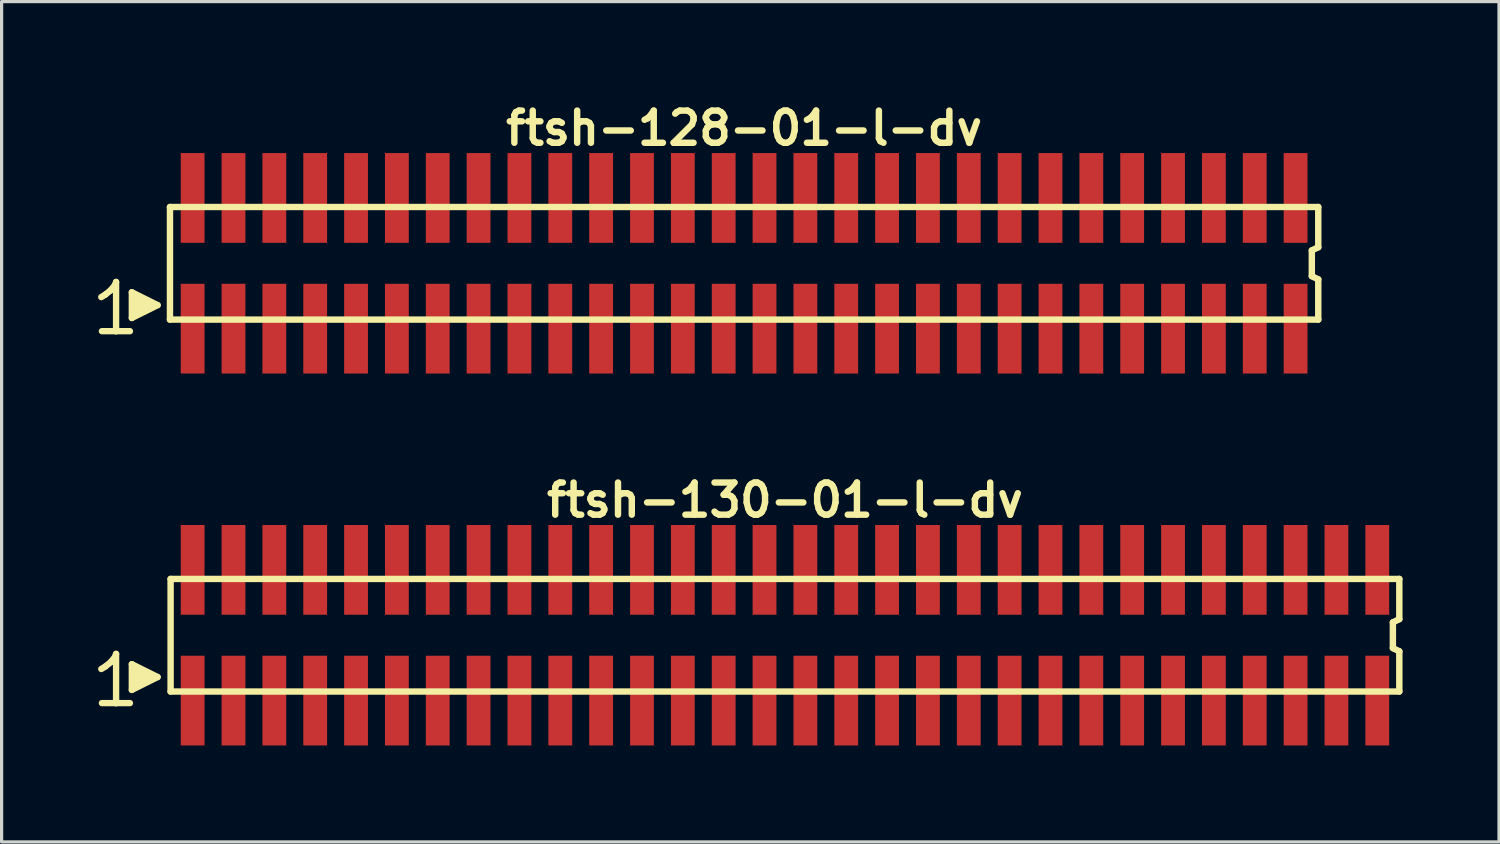
<source format=kicad_pcb>
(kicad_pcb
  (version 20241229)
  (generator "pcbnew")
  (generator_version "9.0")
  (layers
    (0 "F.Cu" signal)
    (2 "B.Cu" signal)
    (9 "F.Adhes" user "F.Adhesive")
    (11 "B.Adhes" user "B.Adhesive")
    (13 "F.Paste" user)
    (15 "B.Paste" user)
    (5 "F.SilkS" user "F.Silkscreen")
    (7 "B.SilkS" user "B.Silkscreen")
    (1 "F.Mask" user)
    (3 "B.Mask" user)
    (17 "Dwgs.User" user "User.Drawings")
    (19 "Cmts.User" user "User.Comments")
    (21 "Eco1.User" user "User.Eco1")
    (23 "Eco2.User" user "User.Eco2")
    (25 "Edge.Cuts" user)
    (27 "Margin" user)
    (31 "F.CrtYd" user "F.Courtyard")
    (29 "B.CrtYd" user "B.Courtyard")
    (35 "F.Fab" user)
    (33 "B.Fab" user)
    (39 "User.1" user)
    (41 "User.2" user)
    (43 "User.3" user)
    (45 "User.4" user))
  (footprint "ftsh-128-01-l-dv"
    (layer "F.Cu")
    (at 20.084 5.136)
    (property "Reference" "ftsh-128-01-l-dv" (at 0 -4.2 0) (layer "F.SilkS") (effects (font (size 1 1) (thickness 0.2))))
    (attr through_hole)
    (fp_line (start -19.985 1.05) (end -19.855 0.97) (stroke (width 0.198) (type solid)) (layer "F.SilkS"))
    (fp_line (start -19.855 0.97) (end -19.695 0.84) (stroke (width 0.198) (type solid)) (layer "F.SilkS"))
    (fp_line (start -19.695 0.84) (end -19.555 0.67) (stroke (width 0.198) (type solid)) (layer "F.SilkS"))
    (fp_line (start -19.555 0.67) (end -19.525 0.58) (stroke (width 0.198) (type solid)) (layer "F.SilkS"))
    (fp_line (start -19.525 0.58) (end -19.525 2.11) (stroke (width 0.198) (type solid)) (layer "F.SilkS"))
    (fp_line (start -19.525 2.11) (end -19.965 2.11) (stroke (width 0.198) (type solid)) (layer "F.SilkS"))
    (fp_line (start -19.095 2.11) (end -19.535 2.11) (stroke (width 0.198) (type solid)) (layer "F.SilkS"))
    (fp_line (start -19.035 0.9) (end -18.235 1.3) (stroke (width 0.198) (type solid)) (layer "F.SilkS"))
    (fp_line (start -19.035 1.7) (end -19.035 0.9) (stroke (width 0.198) (type solid)) (layer "F.SilkS"))
    (fp_line (start -18.935 1.6) (end -18.935 1) (stroke (width 0.198) (type solid)) (layer "F.SilkS"))
    (fp_line (start -18.835 1.1) (end -18.835 1.5) (stroke (width 0.198) (type solid)) (layer "F.SilkS"))
    (fp_line (start -18.735 1.5) (end -18.735 1.1) (stroke (width 0.198) (type solid)) (layer "F.SilkS"))
    (fp_line (start -18.635 1.2) (end -18.635 1.4) (stroke (width 0.198) (type solid)) (layer "F.SilkS"))
    (fp_line (start -18.535 1.4) (end -18.535 1.2) (stroke (width 0.198) (type solid)) (layer "F.SilkS"))
    (fp_line (start -18.235 1.3) (end -19.035 1.7) (stroke (width 0.198) (type solid)) (layer "F.SilkS"))
    (fp_line (start -17.85 -1.75) (end -17.85 1.75) (stroke (width 0.2) (type solid)) (layer "F.SilkS"))
    (fp_line (start -17.85 -1.75) (end 17.85 -1.75) (stroke (width 0.2) (type solid)) (layer "F.SilkS"))
    (fp_line (start -17.85 1.75) (end 17.85 1.75) (stroke (width 0.2) (type solid)) (layer "F.SilkS"))
    (fp_line (start 17.65 -0.4) (end 17.65 0.4) (stroke (width 0.2) (type solid)) (layer "F.SilkS"))
    (fp_line (start 17.65 0.4) (end 17.85 0.5) (stroke (width 0.2) (type solid)) (layer "F.SilkS"))
    (fp_line (start 17.85 -0.5) (end 17.65 -0.4) (stroke (width 0.2) (type solid)) (layer "F.SilkS"))
    (fp_line (start 17.85 -0.5) (end 17.85 -1.75) (stroke (width 0.2) (type solid)) (layer "F.SilkS"))
    (fp_line (start 17.85 0.5) (end 17.85 1.75) (stroke (width 0.2) (type solid)) (layer "F.SilkS"))
    (pad "1" smd rect (at -17.145 2.032) (size 0.74 2.79) (layers "F.Cu" "F.Mask" "F.Paste"))
    (pad "2" smd rect (at -17.145 -2.032) (size 0.74 2.79) (layers "F.Cu" "F.Mask" "F.Paste"))
    (pad "3" smd rect (at -15.875 2.032) (size 0.74 2.79) (layers "F.Cu" "F.Mask" "F.Paste"))
    (pad "4" smd rect (at -15.875 -2.032) (size 0.74 2.79) (layers "F.Cu" "F.Mask" "F.Paste"))
    (pad "5" smd rect (at -14.605 2.032) (size 0.74 2.79) (layers "F.Cu" "F.Mask" "F.Paste"))
    (pad "6" smd rect (at -14.605 -2.032) (size 0.74 2.79) (layers "F.Cu" "F.Mask" "F.Paste"))
    (pad "7" smd rect (at -13.335 2.032) (size 0.74 2.79) (layers "F.Cu" "F.Mask" "F.Paste"))
    (pad "8" smd rect (at -13.335 -2.032) (size 0.74 2.79) (layers "F.Cu" "F.Mask" "F.Paste"))
    (pad "9" smd rect (at -12.065 2.032) (size 0.74 2.79) (layers "F.Cu" "F.Mask" "F.Paste"))
    (pad "10" smd rect (at -12.065 -2.032) (size 0.74 2.79) (layers "F.Cu" "F.Mask" "F.Paste"))
    (pad "11" smd rect (at -10.795 2.032) (size 0.74 2.79) (layers "F.Cu" "F.Mask" "F.Paste"))
    (pad "12" smd rect (at -10.795 -2.032) (size 0.74 2.79) (layers "F.Cu" "F.Mask" "F.Paste"))
    (pad "13" smd rect (at -9.525 2.032) (size 0.74 2.79) (layers "F.Cu" "F.Mask" "F.Paste"))
    (pad "14" smd rect (at -9.525 -2.032) (size 0.74 2.79) (layers "F.Cu" "F.Mask" "F.Paste"))
    (pad "15" smd rect (at -8.255 2.032) (size 0.74 2.79) (layers "F.Cu" "F.Mask" "F.Paste"))
    (pad "16" smd rect (at -8.255 -2.032) (size 0.74 2.79) (layers "F.Cu" "F.Mask" "F.Paste"))
    (pad "17" smd rect (at -6.985 2.032) (size 0.74 2.79) (layers "F.Cu" "F.Mask" "F.Paste"))
    (pad "18" smd rect (at -6.985 -2.032) (size 0.74 2.79) (layers "F.Cu" "F.Mask" "F.Paste"))
    (pad "19" smd rect (at -5.715 2.032) (size 0.74 2.79) (layers "F.Cu" "F.Mask" "F.Paste"))
    (pad "20" smd rect (at -5.715 -2.032) (size 0.74 2.79) (layers "F.Cu" "F.Mask" "F.Paste"))
    (pad "21" smd rect (at -4.445 2.032) (size 0.74 2.79) (layers "F.Cu" "F.Mask" "F.Paste"))
    (pad "22" smd rect (at -4.445 -2.032) (size 0.74 2.79) (layers "F.Cu" "F.Mask" "F.Paste"))
    (pad "23" smd rect (at -3.175 2.032) (size 0.74 2.79) (layers "F.Cu" "F.Mask" "F.Paste"))
    (pad "24" smd rect (at -3.175 -2.032) (size 0.74 2.79) (layers "F.Cu" "F.Mask" "F.Paste"))
    (pad "25" smd rect (at -1.905 2.032) (size 0.74 2.79) (layers "F.Cu" "F.Mask" "F.Paste"))
    (pad "26" smd rect (at -1.905 -2.032) (size 0.74 2.79) (layers "F.Cu" "F.Mask" "F.Paste"))
    (pad "27" smd rect (at -0.635 2.032) (size 0.74 2.79) (layers "F.Cu" "F.Mask" "F.Paste"))
    (pad "28" smd rect (at -0.635 -2.032) (size 0.74 2.79) (layers "F.Cu" "F.Mask" "F.Paste"))
    (pad "29" smd rect (at 0.635 2.032) (size 0.74 2.79) (layers "F.Cu" "F.Mask" "F.Paste"))
    (pad "30" smd rect (at 0.635 -2.032) (size 0.74 2.79) (layers "F.Cu" "F.Mask" "F.Paste"))
    (pad "31" smd rect (at 1.905 2.032) (size 0.74 2.79) (layers "F.Cu" "F.Mask" "F.Paste"))
    (pad "32" smd rect (at 1.905 -2.032) (size 0.74 2.79) (layers "F.Cu" "F.Mask" "F.Paste"))
    (pad "33" smd rect (at 3.175 2.032) (size 0.74 2.79) (layers "F.Cu" "F.Mask" "F.Paste"))
    (pad "34" smd rect (at 3.175 -2.032) (size 0.74 2.79) (layers "F.Cu" "F.Mask" "F.Paste"))
    (pad "35" smd rect (at 4.445 2.032) (size 0.74 2.79) (layers "F.Cu" "F.Mask" "F.Paste"))
    (pad "36" smd rect (at 4.445 -2.032) (size 0.74 2.79) (layers "F.Cu" "F.Mask" "F.Paste"))
    (pad "37" smd rect (at 5.715 2.032) (size 0.74 2.79) (layers "F.Cu" "F.Mask" "F.Paste"))
    (pad "38" smd rect (at 5.715 -2.032) (size 0.74 2.79) (layers "F.Cu" "F.Mask" "F.Paste"))
    (pad "39" smd rect (at 6.985 2.032) (size 0.74 2.79) (layers "F.Cu" "F.Mask" "F.Paste"))
    (pad "40" smd rect (at 6.985 -2.032) (size 0.74 2.79) (layers "F.Cu" "F.Mask" "F.Paste"))
    (pad "41" smd rect (at 8.255 2.032) (size 0.74 2.79) (layers "F.Cu" "F.Mask" "F.Paste"))
    (pad "42" smd rect (at 8.255 -2.032) (size 0.74 2.79) (layers "F.Cu" "F.Mask" "F.Paste"))
    (pad "43" smd rect (at 9.525 2.032) (size 0.74 2.79) (layers "F.Cu" "F.Mask" "F.Paste"))
    (pad "44" smd rect (at 9.525 -2.032) (size 0.74 2.79) (layers "F.Cu" "F.Mask" "F.Paste"))
    (pad "45" smd rect (at 10.795 2.032) (size 0.74 2.79) (layers "F.Cu" "F.Mask" "F.Paste"))
    (pad "46" smd rect (at 10.795 -2.032) (size 0.74 2.79) (layers "F.Cu" "F.Mask" "F.Paste"))
    (pad "47" smd rect (at 12.065 2.032) (size 0.74 2.79) (layers "F.Cu" "F.Mask" "F.Paste"))
    (pad "48" smd rect (at 12.065 -2.032) (size 0.74 2.79) (layers "F.Cu" "F.Mask" "F.Paste"))
    (pad "49" smd rect (at 13.335 2.032) (size 0.74 2.79) (layers "F.Cu" "F.Mask" "F.Paste"))
    (pad "50" smd rect (at 13.335 -2.032) (size 0.74 2.79) (layers "F.Cu" "F.Mask" "F.Paste"))
    (pad "51" smd rect (at 14.605 2.032) (size 0.74 2.79) (layers "F.Cu" "F.Mask" "F.Paste"))
    (pad "52" smd rect (at 14.605 -2.032) (size 0.74 2.79) (layers "F.Cu" "F.Mask" "F.Paste"))
    (pad "53" smd rect (at 15.875 2.032) (size 0.74 2.79) (layers "F.Cu" "F.Mask" "F.Paste"))
    (pad "54" smd rect (at 15.875 -2.032) (size 0.74 2.79) (layers "F.Cu" "F.Mask" "F.Paste"))
    (pad "55" smd rect (at 17.145 2.032) (size 0.74 2.79) (layers "F.Cu" "F.Mask" "F.Paste"))
    (pad "56" smd rect (at 17.145 -2.032) (size 0.74 2.79) (layers "F.Cu" "F.Mask" "F.Paste")))
  (footprint "ftsh-130-01-l-dv"
    (layer "F.Cu")
    (at 21.354 16.699)
    (property "Reference" "ftsh-130-01-l-dv" (at 0 -4.2 0) (layer "F.SilkS") (effects (font (size 1 1) (thickness 0.2))))
    (attr through_hole)
    (fp_line (start -21.255 1.05) (end -21.125 0.97) (stroke (width 0.198) (type solid)) (layer "F.SilkS"))
    (fp_line (start -21.125 0.97) (end -20.965 0.84) (stroke (width 0.198) (type solid)) (layer "F.SilkS"))
    (fp_line (start -20.965 0.84) (end -20.825 0.67) (stroke (width 0.198) (type solid)) (layer "F.SilkS"))
    (fp_line (start -20.825 0.67) (end -20.795 0.58) (stroke (width 0.198) (type solid)) (layer "F.SilkS"))
    (fp_line (start -20.795 0.58) (end -20.795 2.11) (stroke (width 0.198) (type solid)) (layer "F.SilkS"))
    (fp_line (start -20.795 2.11) (end -21.235 2.11) (stroke (width 0.198) (type solid)) (layer "F.SilkS"))
    (fp_line (start -20.365 2.11) (end -20.805 2.11) (stroke (width 0.198) (type solid)) (layer "F.SilkS"))
    (fp_line (start -20.305 0.9) (end -19.505 1.3) (stroke (width 0.198) (type solid)) (layer "F.SilkS"))
    (fp_line (start -20.305 1.7) (end -20.305 0.9) (stroke (width 0.198) (type solid)) (layer "F.SilkS"))
    (fp_line (start -20.205 1.6) (end -20.205 1) (stroke (width 0.198) (type solid)) (layer "F.SilkS"))
    (fp_line (start -20.105 1.1) (end -20.105 1.5) (stroke (width 0.198) (type solid)) (layer "F.SilkS"))
    (fp_line (start -20.005 1.5) (end -20.005 1.1) (stroke (width 0.198) (type solid)) (layer "F.SilkS"))
    (fp_line (start -19.905 1.2) (end -19.905 1.4) (stroke (width 0.198) (type solid)) (layer "F.SilkS"))
    (fp_line (start -19.805 1.4) (end -19.805 1.2) (stroke (width 0.198) (type solid)) (layer "F.SilkS"))
    (fp_line (start -19.505 1.3) (end -20.305 1.7) (stroke (width 0.198) (type solid)) (layer "F.SilkS"))
    (fp_line (start -19.1 -1.75) (end -19.1 1.75) (stroke (width 0.2) (type solid)) (layer "F.SilkS"))
    (fp_line (start -19.1 -1.75) (end 19.1 -1.75) (stroke (width 0.2) (type solid)) (layer "F.SilkS"))
    (fp_line (start -19.1 1.75) (end 19.1 1.75) (stroke (width 0.2) (type solid)) (layer "F.SilkS"))
    (fp_line (start 18.9 -0.4) (end 18.9 0.4) (stroke (width 0.2) (type solid)) (layer "F.SilkS"))
    (fp_line (start 18.9 0.4) (end 19.1 0.5) (stroke (width 0.2) (type solid)) (layer "F.SilkS"))
    (fp_line (start 19.1 -0.5) (end 18.9 -0.4) (stroke (width 0.2) (type solid)) (layer "F.SilkS"))
    (fp_line (start 19.1 -0.5) (end 19.1 -1.75) (stroke (width 0.2) (type solid)) (layer "F.SilkS"))
    (fp_line (start 19.1 0.5) (end 19.1 1.75) (stroke (width 0.2) (type solid)) (layer "F.SilkS"))
    (pad "1" smd rect (at -18.415 2.032) (size 0.74 2.79) (layers "F.Cu" "F.Mask" "F.Paste"))
    (pad "2" smd rect (at -18.415 -2.032) (size 0.74 2.79) (layers "F.Cu" "F.Mask" "F.Paste"))
    (pad "3" smd rect (at -17.145 2.032) (size 0.74 2.79) (layers "F.Cu" "F.Mask" "F.Paste"))
    (pad "4" smd rect (at -17.145 -2.032) (size 0.74 2.79) (layers "F.Cu" "F.Mask" "F.Paste"))
    (pad "5" smd rect (at -15.875 2.032) (size 0.74 2.79) (layers "F.Cu" "F.Mask" "F.Paste"))
    (pad "6" smd rect (at -15.875 -2.032) (size 0.74 2.79) (layers "F.Cu" "F.Mask" "F.Paste"))
    (pad "7" smd rect (at -14.605 2.032) (size 0.74 2.79) (layers "F.Cu" "F.Mask" "F.Paste"))
    (pad "8" smd rect (at -14.605 -2.032) (size 0.74 2.79) (layers "F.Cu" "F.Mask" "F.Paste"))
    (pad "9" smd rect (at -13.335 2.032) (size 0.74 2.79) (layers "F.Cu" "F.Mask" "F.Paste"))
    (pad "10" smd rect (at -13.335 -2.032) (size 0.74 2.79) (layers "F.Cu" "F.Mask" "F.Paste"))
    (pad "11" smd rect (at -12.065 2.032) (size 0.74 2.79) (layers "F.Cu" "F.Mask" "F.Paste"))
    (pad "12" smd rect (at -12.065 -2.032) (size 0.74 2.79) (layers "F.Cu" "F.Mask" "F.Paste"))
    (pad "13" smd rect (at -10.795 2.032) (size 0.74 2.79) (layers "F.Cu" "F.Mask" "F.Paste"))
    (pad "14" smd rect (at -10.795 -2.032) (size 0.74 2.79) (layers "F.Cu" "F.Mask" "F.Paste"))
    (pad "15" smd rect (at -9.525 2.032) (size 0.74 2.79) (layers "F.Cu" "F.Mask" "F.Paste"))
    (pad "16" smd rect (at -9.525 -2.032) (size 0.74 2.79) (layers "F.Cu" "F.Mask" "F.Paste"))
    (pad "17" smd rect (at -8.255 2.032) (size 0.74 2.79) (layers "F.Cu" "F.Mask" "F.Paste"))
    (pad "18" smd rect (at -8.255 -2.032) (size 0.74 2.79) (layers "F.Cu" "F.Mask" "F.Paste"))
    (pad "19" smd rect (at -6.985 2.032) (size 0.74 2.79) (layers "F.Cu" "F.Mask" "F.Paste"))
    (pad "20" smd rect (at -6.985 -2.032) (size 0.74 2.79) (layers "F.Cu" "F.Mask" "F.Paste"))
    (pad "21" smd rect (at -5.715 2.032) (size 0.74 2.79) (layers "F.Cu" "F.Mask" "F.Paste"))
    (pad "22" smd rect (at -5.715 -2.032) (size 0.74 2.79) (layers "F.Cu" "F.Mask" "F.Paste"))
    (pad "23" smd rect (at -4.445 2.032) (size 0.74 2.79) (layers "F.Cu" "F.Mask" "F.Paste"))
    (pad "24" smd rect (at -4.445 -2.032) (size 0.74 2.79) (layers "F.Cu" "F.Mask" "F.Paste"))
    (pad "25" smd rect (at -3.175 2.032) (size 0.74 2.79) (layers "F.Cu" "F.Mask" "F.Paste"))
    (pad "26" smd rect (at -3.175 -2.032) (size 0.74 2.79) (layers "F.Cu" "F.Mask" "F.Paste"))
    (pad "27" smd rect (at -1.905 2.032) (size 0.74 2.79) (layers "F.Cu" "F.Mask" "F.Paste"))
    (pad "28" smd rect (at -1.905 -2.032) (size 0.74 2.79) (layers "F.Cu" "F.Mask" "F.Paste"))
    (pad "29" smd rect (at -0.635 2.032) (size 0.74 2.79) (layers "F.Cu" "F.Mask" "F.Paste"))
    (pad "30" smd rect (at -0.635 -2.032) (size 0.74 2.79) (layers "F.Cu" "F.Mask" "F.Paste"))
    (pad "31" smd rect (at 0.635 2.032) (size 0.74 2.79) (layers "F.Cu" "F.Mask" "F.Paste"))
    (pad "32" smd rect (at 0.635 -2.032) (size 0.74 2.79) (layers "F.Cu" "F.Mask" "F.Paste"))
    (pad "33" smd rect (at 1.905 2.032) (size 0.74 2.79) (layers "F.Cu" "F.Mask" "F.Paste"))
    (pad "34" smd rect (at 1.905 -2.032) (size 0.74 2.79) (layers "F.Cu" "F.Mask" "F.Paste"))
    (pad "35" smd rect (at 3.175 2.032) (size 0.74 2.79) (layers "F.Cu" "F.Mask" "F.Paste"))
    (pad "36" smd rect (at 3.175 -2.032) (size 0.74 2.79) (layers "F.Cu" "F.Mask" "F.Paste"))
    (pad "37" smd rect (at 4.445 2.032) (size 0.74 2.79) (layers "F.Cu" "F.Mask" "F.Paste"))
    (pad "38" smd rect (at 4.445 -2.032) (size 0.74 2.79) (layers "F.Cu" "F.Mask" "F.Paste"))
    (pad "39" smd rect (at 5.715 2.032) (size 0.74 2.79) (layers "F.Cu" "F.Mask" "F.Paste"))
    (pad "40" smd rect (at 5.715 -2.032) (size 0.74 2.79) (layers "F.Cu" "F.Mask" "F.Paste"))
    (pad "41" smd rect (at 6.985 2.032) (size 0.74 2.79) (layers "F.Cu" "F.Mask" "F.Paste"))
    (pad "42" smd rect (at 6.985 -2.032) (size 0.74 2.79) (layers "F.Cu" "F.Mask" "F.Paste"))
    (pad "43" smd rect (at 8.255 2.032) (size 0.74 2.79) (layers "F.Cu" "F.Mask" "F.Paste"))
    (pad "44" smd rect (at 8.255 -2.032) (size 0.74 2.79) (layers "F.Cu" "F.Mask" "F.Paste"))
    (pad "45" smd rect (at 9.525 2.032) (size 0.74 2.79) (layers "F.Cu" "F.Mask" "F.Paste"))
    (pad "46" smd rect (at 9.525 -2.032) (size 0.74 2.79) (layers "F.Cu" "F.Mask" "F.Paste"))
    (pad "47" smd rect (at 10.795 2.032) (size 0.74 2.79) (layers "F.Cu" "F.Mask" "F.Paste"))
    (pad "48" smd rect (at 10.795 -2.032) (size 0.74 2.79) (layers "F.Cu" "F.Mask" "F.Paste"))
    (pad "49" smd rect (at 12.065 2.032) (size 0.74 2.79) (layers "F.Cu" "F.Mask" "F.Paste"))
    (pad "50" smd rect (at 12.065 -2.032) (size 0.74 2.79) (layers "F.Cu" "F.Mask" "F.Paste"))
    (pad "51" smd rect (at 13.335 2.032) (size 0.74 2.79) (layers "F.Cu" "F.Mask" "F.Paste"))
    (pad "52" smd rect (at 13.335 -2.032) (size 0.74 2.79) (layers "F.Cu" "F.Mask" "F.Paste"))
    (pad "53" smd rect (at 14.605 2.032) (size 0.74 2.79) (layers "F.Cu" "F.Mask" "F.Paste"))
    (pad "54" smd rect (at 14.605 -2.032) (size 0.74 2.79) (layers "F.Cu" "F.Mask" "F.Paste"))
    (pad "55" smd rect (at 15.875 2.032) (size 0.74 2.79) (layers "F.Cu" "F.Mask" "F.Paste"))
    (pad "56" smd rect (at 15.875 -2.032) (size 0.74 2.79) (layers "F.Cu" "F.Mask" "F.Paste"))
    (pad "57" smd rect (at 17.145 2.032) (size 0.74 2.79) (layers "F.Cu" "F.Mask" "F.Paste"))
    (pad "58" smd rect (at 17.145 -2.032) (size 0.74 2.79) (layers "F.Cu" "F.Mask" "F.Paste"))
    (pad "59" smd rect (at 18.415 2.032) (size 0.74 2.79) (layers "F.Cu" "F.Mask" "F.Paste"))
    (pad "60" smd rect (at 18.415 -2.032) (size 0.74 2.79) (layers "F.Cu" "F.Mask" "F.Paste")))
  (gr_rect
    (start -3 -3)
    (end 43.554 23.126)
    (stroke (width 0.1) (type default))
    (fill no)
    (layer "Edge.Cuts")))
</source>
